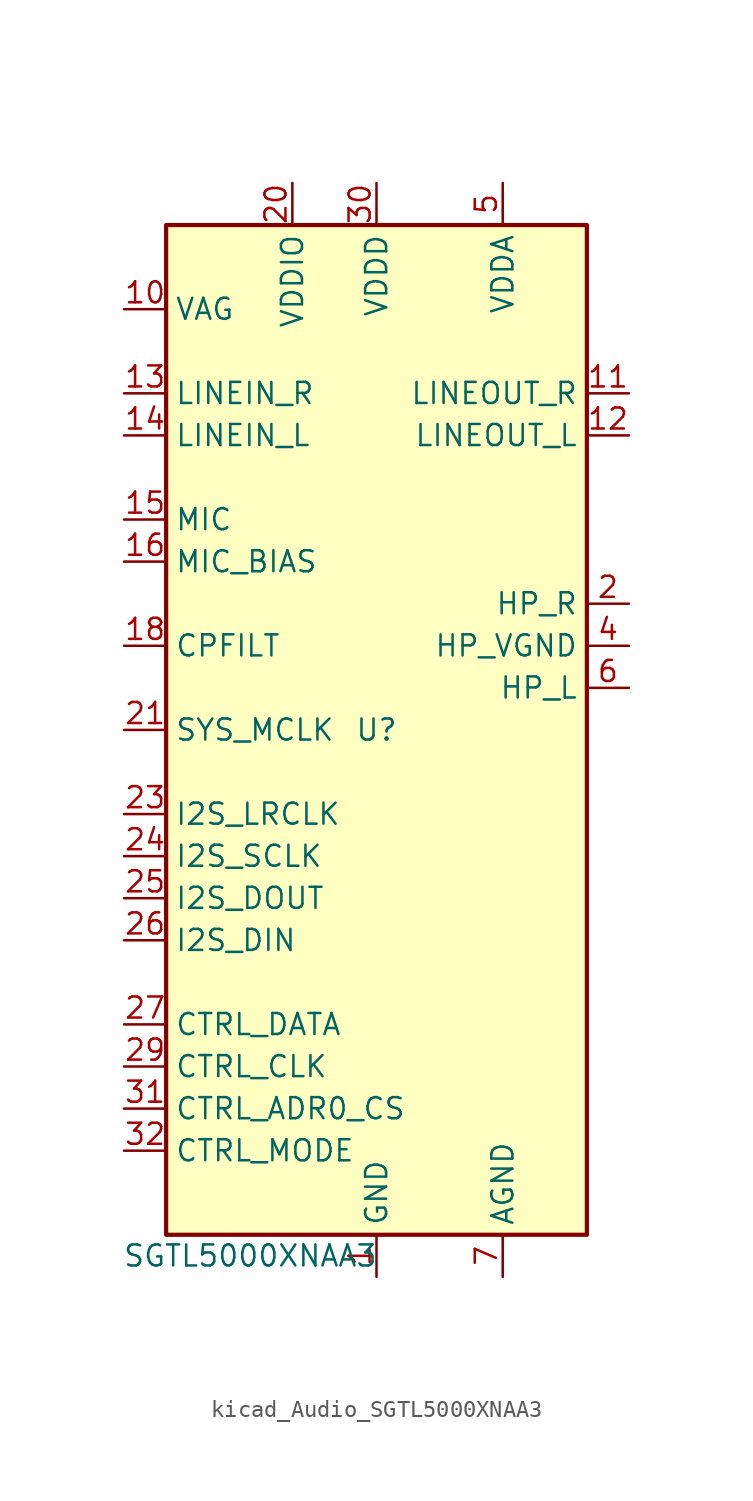
<source format=kicad_sym>
(kicad_symbol_lib
  (version 20220914)
  (generator kicad_symbol_editor)
  (symbol "kicad_Audio_SGTL5000XNAA3"
    (property "Reference" "U"
      (at 0 0 0)
      (effects (font (size 1.27 1.27))))
    (property "Value" "SGTL5000XNAA3"
      (at -7.62 -31.75 0)
      (effects (font (size 1.27 1.27))))
    (symbol "kicad_Audio_SGTL5000XNAA3_0_1"
      (rectangle (start -12.7 30.48) (end 12.7 -30.48) (stroke (width 0.254) (type default)) (fill (type background))))
    (symbol "kicad_Audio_SGTL5000XNAA3_1_1"
      (pin power_in line (at 0 -33.02 90) (length 2.54) (name "GND" (effects (font (size 1.27 1.27)))) (number "1" (effects (font (size 1.27 1.27)))))
      (pin passive line (at -15.24 25.4 0) (length 2.54) (name "VAG" (effects (font (size 1.27 1.27)))) (number "10" (effects (font (size 1.27 1.27)))))
      (pin output line (at 15.24 20.32 180) (length 2.54) (name "LINEOUT_R" (effects (font (size 1.27 1.27)))) (number "11" (effects (font (size 1.27 1.27)))))
      (pin output line (at 15.24 17.78 180) (length 2.54) (name "LINEOUT_L" (effects (font (size 1.27 1.27)))) (number "12" (effects (font (size 1.27 1.27)))))
      (pin input line (at -15.24 20.32 0) (length 2.54) (name "LINEIN_R" (effects (font (size 1.27 1.27)))) (number "13" (effects (font (size 1.27 1.27)))))
      (pin input line (at -15.24 17.78 0) (length 2.54) (name "LINEIN_L" (effects (font (size 1.27 1.27)))) (number "14" (effects (font (size 1.27 1.27)))))
      (pin input line (at -15.24 12.7 0) (length 2.54) (name "MIC" (effects (font (size 1.27 1.27)))) (number "15" (effects (font (size 1.27 1.27)))))
      (pin input line (at -15.24 10.16 0) (length 2.54) (name "MIC_BIAS" (effects (font (size 1.27 1.27)))) (number "16" (effects (font (size 1.27 1.27)))))
      (pin no_connect line (at 10.16 -20.32 0) (length 2.54) hide (name "NC" (effects (font (size 1.27 1.27)))) (number "17" (effects (font (size 1.27 1.27)))))
      (pin input line (at -15.24 5.08 0) (length 2.54) (name "CPFILT" (effects (font (size 1.27 1.27)))) (number "18" (effects (font (size 1.27 1.27)))))
      (pin no_connect line (at 10.16 -2.54 0) (length 2.54) hide (name "NC" (effects (font (size 1.27 1.27)))) (number "19" (effects (font (size 1.27 1.27)))))
      (pin output line (at 15.24 7.62 180) (length 2.54) (name "HP_R" (effects (font (size 1.27 1.27)))) (number "2" (effects (font (size 1.27 1.27)))))
      (pin power_in line (at -5.08 33.02 270) (length 2.54) (name "VDDIO" (effects (font (size 1.27 1.27)))) (number "20" (effects (font (size 1.27 1.27)))))
      (pin input line (at -15.24 0 0) (length 2.54) (name "SYS_MCLK" (effects (font (size 1.27 1.27)))) (number "21" (effects (font (size 1.27 1.27)))))
      (pin no_connect line (at 10.16 -5.08 0) (length 2.54) hide (name "NC" (effects (font (size 1.27 1.27)))) (number "22" (effects (font (size 1.27 1.27)))))
      (pin input line (at -15.24 -5.08 0) (length 2.54) (name "I2S_LRCLK" (effects (font (size 1.27 1.27)))) (number "23" (effects (font (size 1.27 1.27)))))
      (pin input line (at -15.24 -7.62 0) (length 2.54) (name "I2S_SCLK" (effects (font (size 1.27 1.27)))) (number "24" (effects (font (size 1.27 1.27)))))
      (pin output line (at -15.24 -10.16 0) (length 2.54) (name "I2S_DOUT" (effects (font (size 1.27 1.27)))) (number "25" (effects (font (size 1.27 1.27)))))
      (pin input line (at -15.24 -12.7 0) (length 2.54) (name "I2S_DIN" (effects (font (size 1.27 1.27)))) (number "26" (effects (font (size 1.27 1.27)))))
      (pin input line (at -15.24 -17.78 0) (length 2.54) (name "CTRL_DATA" (effects (font (size 1.27 1.27)))) (number "27" (effects (font (size 1.27 1.27)))))
      (pin no_connect line (at 10.16 -7.62 0) (length 2.54) hide (name "NC" (effects (font (size 1.27 1.27)))) (number "28" (effects (font (size 1.27 1.27)))))
      (pin input line (at -15.24 -20.32 0) (length 2.54) (name "CTRL_CLK" (effects (font (size 1.27 1.27)))) (number "29" (effects (font (size 1.27 1.27)))))
      (pin passive line (at 0 -33.02 90) (length 2.54) hide (name "GND" (effects (font (size 1.27 1.27)))) (number "3" (effects (font (size 1.27 1.27)))))
      (pin power_in line (at 0 33.02 270) (length 2.54) (name "VDDD" (effects (font (size 1.27 1.27)))) (number "30" (effects (font (size 1.27 1.27)))))
      (pin input line (at -15.24 -22.86 0) (length 2.54) (name "CTRL_ADR0_CS" (effects (font (size 1.27 1.27)))) (number "31" (effects (font (size 1.27 1.27)))))
      (pin input line (at -15.24 -25.4 0) (length 2.54) (name "CTRL_MODE" (effects (font (size 1.27 1.27)))) (number "32" (effects (font (size 1.27 1.27)))))
      (pin passive line (at 0 -33.02 90) (length 2.54) hide (name "GND" (effects (font (size 1.27 1.27)))) (number "33" (effects (font (size 1.27 1.27)))))
      (pin power_out line (at 15.24 5.08 180) (length 2.54) (name "HP_VGND" (effects (font (size 1.27 1.27)))) (number "4" (effects (font (size 1.27 1.27)))))
      (pin power_in line (at 7.62 33.02 270) (length 2.54) (name "VDDA" (effects (font (size 1.27 1.27)))) (number "5" (effects (font (size 1.27 1.27)))))
      (pin output line (at 15.24 2.54 180) (length 2.54) (name "HP_L" (effects (font (size 1.27 1.27)))) (number "6" (effects (font (size 1.27 1.27)))))
      (pin power_in line (at 7.62 -33.02 90) (length 2.54) (name "AGND" (effects (font (size 1.27 1.27)))) (number "7" (effects (font (size 1.27 1.27)))))
      (pin no_connect line (at 10.16 -15.24 0) (length 2.54) hide (name "NC" (effects (font (size 1.27 1.27)))) (number "8" (effects (font (size 1.27 1.27)))))
      (pin no_connect line (at 10.16 -17.78 0) (length 2.54) hide (name "NC" (effects (font (size 1.27 1.27)))) (number "9" (effects (font (size 1.27 1.27))))))))
</source>
